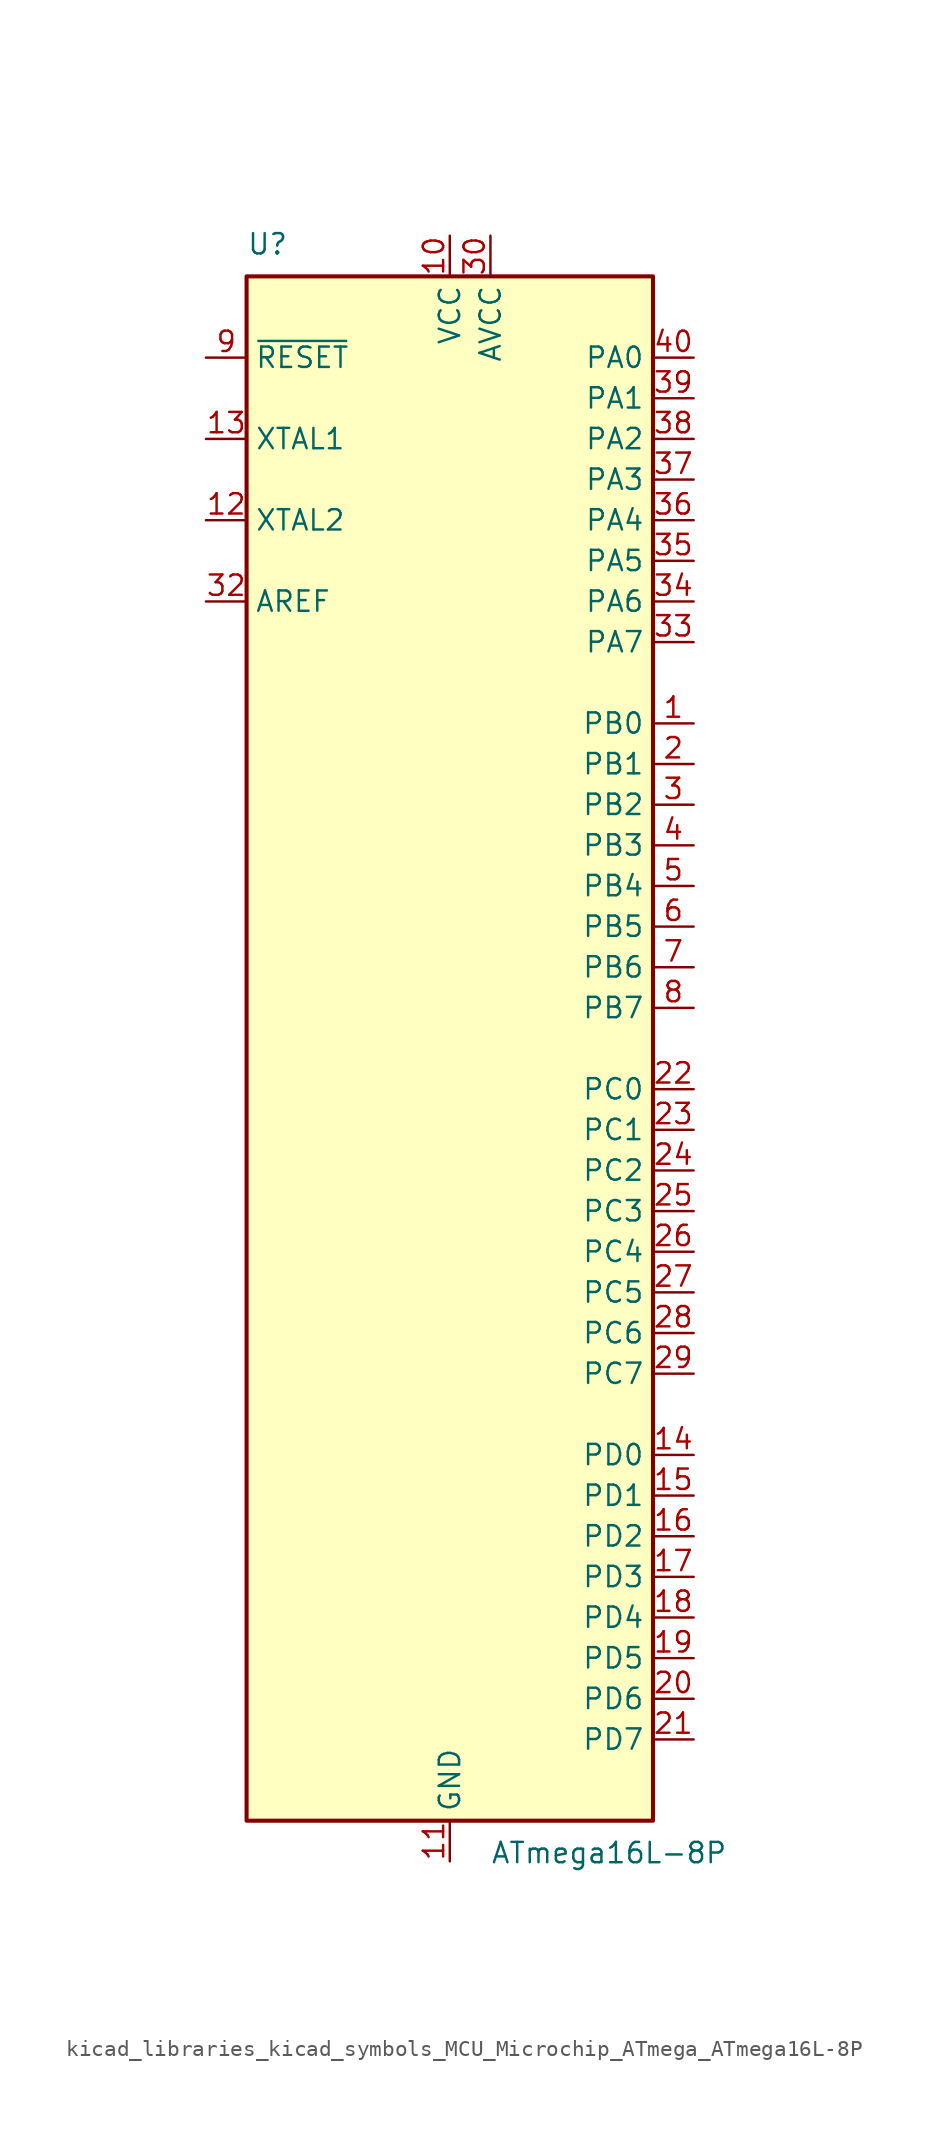
<source format=kicad_sym>
(kicad_symbol_lib
  (version 20220914)
  (generator kicad_symbol_editor)
  (symbol "kicad_libraries_kicad_symbols_MCU_Microchip_ATmega_ATmega16L-8P"
    (property "Reference" "U"
      (at -12.7 49.53 0)
      (effects (font (size 1.27 1.27)) (justify left bottom)))
    (property "Value" "ATmega16L-8P"
      (at 2.54 -49.53 0)
      (effects (font (size 1.27 1.27)) (justify left top)))
    (symbol "kicad_libraries_kicad_symbols_MCU_Microchip_ATmega_ATmega16L-8P_0_1"
      (rectangle (start -12.7 -48.26) (end 12.7 48.26) (stroke (width 0.254) (type default)) (fill (type background))))
    (symbol "kicad_libraries_kicad_symbols_MCU_Microchip_ATmega_ATmega16L-8P_1_1"
      (pin bidirectional line (at 15.24 20.32 180) (length 2.54) (name "PB0" (effects (font (size 1.27 1.27)))) (number "1" (effects (font (size 1.27 1.27)))))
      (pin power_in line (at 0 50.8 270) (length 2.54) (name "VCC" (effects (font (size 1.27 1.27)))) (number "10" (effects (font (size 1.27 1.27)))))
      (pin power_in line (at 0 -50.8 90) (length 2.54) (name "GND" (effects (font (size 1.27 1.27)))) (number "11" (effects (font (size 1.27 1.27)))))
      (pin output line (at -15.24 33.02 0) (length 2.54) (name "XTAL2" (effects (font (size 1.27 1.27)))) (number "12" (effects (font (size 1.27 1.27)))))
      (pin input line (at -15.24 38.1 0) (length 2.54) (name "XTAL1" (effects (font (size 1.27 1.27)))) (number "13" (effects (font (size 1.27 1.27)))))
      (pin bidirectional line (at 15.24 -25.4 180) (length 2.54) (name "PD0" (effects (font (size 1.27 1.27)))) (number "14" (effects (font (size 1.27 1.27)))))
      (pin bidirectional line (at 15.24 -27.94 180) (length 2.54) (name "PD1" (effects (font (size 1.27 1.27)))) (number "15" (effects (font (size 1.27 1.27)))))
      (pin bidirectional line (at 15.24 -30.48 180) (length 2.54) (name "PD2" (effects (font (size 1.27 1.27)))) (number "16" (effects (font (size 1.27 1.27)))))
      (pin bidirectional line (at 15.24 -33.02 180) (length 2.54) (name "PD3" (effects (font (size 1.27 1.27)))) (number "17" (effects (font (size 1.27 1.27)))))
      (pin bidirectional line (at 15.24 -35.56 180) (length 2.54) (name "PD4" (effects (font (size 1.27 1.27)))) (number "18" (effects (font (size 1.27 1.27)))))
      (pin bidirectional line (at 15.24 -38.1 180) (length 2.54) (name "PD5" (effects (font (size 1.27 1.27)))) (number "19" (effects (font (size 1.27 1.27)))))
      (pin bidirectional line (at 15.24 17.78 180) (length 2.54) (name "PB1" (effects (font (size 1.27 1.27)))) (number "2" (effects (font (size 1.27 1.27)))))
      (pin bidirectional line (at 15.24 -40.64 180) (length 2.54) (name "PD6" (effects (font (size 1.27 1.27)))) (number "20" (effects (font (size 1.27 1.27)))))
      (pin bidirectional line (at 15.24 -43.18 180) (length 2.54) (name "PD7" (effects (font (size 1.27 1.27)))) (number "21" (effects (font (size 1.27 1.27)))))
      (pin bidirectional line (at 15.24 -2.54 180) (length 2.54) (name "PC0" (effects (font (size 1.27 1.27)))) (number "22" (effects (font (size 1.27 1.27)))))
      (pin bidirectional line (at 15.24 -5.08 180) (length 2.54) (name "PC1" (effects (font (size 1.27 1.27)))) (number "23" (effects (font (size 1.27 1.27)))))
      (pin bidirectional line (at 15.24 -7.62 180) (length 2.54) (name "PC2" (effects (font (size 1.27 1.27)))) (number "24" (effects (font (size 1.27 1.27)))))
      (pin bidirectional line (at 15.24 -10.16 180) (length 2.54) (name "PC3" (effects (font (size 1.27 1.27)))) (number "25" (effects (font (size 1.27 1.27)))))
      (pin bidirectional line (at 15.24 -12.7 180) (length 2.54) (name "PC4" (effects (font (size 1.27 1.27)))) (number "26" (effects (font (size 1.27 1.27)))))
      (pin bidirectional line (at 15.24 -15.24 180) (length 2.54) (name "PC5" (effects (font (size 1.27 1.27)))) (number "27" (effects (font (size 1.27 1.27)))))
      (pin bidirectional line (at 15.24 -17.78 180) (length 2.54) (name "PC6" (effects (font (size 1.27 1.27)))) (number "28" (effects (font (size 1.27 1.27)))))
      (pin bidirectional line (at 15.24 -20.32 180) (length 2.54) (name "PC7" (effects (font (size 1.27 1.27)))) (number "29" (effects (font (size 1.27 1.27)))))
      (pin bidirectional line (at 15.24 15.24 180) (length 2.54) (name "PB2" (effects (font (size 1.27 1.27)))) (number "3" (effects (font (size 1.27 1.27)))))
      (pin power_in line (at 2.54 50.8 270) (length 2.54) (name "AVCC" (effects (font (size 1.27 1.27)))) (number "30" (effects (font (size 1.27 1.27)))))
      (pin passive line (at 0 -50.8 90) (length 2.54) hide (name "GND" (effects (font (size 1.27 1.27)))) (number "31" (effects (font (size 1.27 1.27)))))
      (pin passive line (at -15.24 27.94 0) (length 2.54) (name "AREF" (effects (font (size 1.27 1.27)))) (number "32" (effects (font (size 1.27 1.27)))))
      (pin bidirectional line (at 15.24 25.4 180) (length 2.54) (name "PA7" (effects (font (size 1.27 1.27)))) (number "33" (effects (font (size 1.27 1.27)))))
      (pin bidirectional line (at 15.24 27.94 180) (length 2.54) (name "PA6" (effects (font (size 1.27 1.27)))) (number "34" (effects (font (size 1.27 1.27)))))
      (pin bidirectional line (at 15.24 30.48 180) (length 2.54) (name "PA5" (effects (font (size 1.27 1.27)))) (number "35" (effects (font (size 1.27 1.27)))))
      (pin bidirectional line (at 15.24 33.02 180) (length 2.54) (name "PA4" (effects (font (size 1.27 1.27)))) (number "36" (effects (font (size 1.27 1.27)))))
      (pin bidirectional line (at 15.24 35.56 180) (length 2.54) (name "PA3" (effects (font (size 1.27 1.27)))) (number "37" (effects (font (size 1.27 1.27)))))
      (pin bidirectional line (at 15.24 38.1 180) (length 2.54) (name "PA2" (effects (font (size 1.27 1.27)))) (number "38" (effects (font (size 1.27 1.27)))))
      (pin bidirectional line (at 15.24 40.64 180) (length 2.54) (name "PA1" (effects (font (size 1.27 1.27)))) (number "39" (effects (font (size 1.27 1.27)))))
      (pin bidirectional line (at 15.24 12.7 180) (length 2.54) (name "PB3" (effects (font (size 1.27 1.27)))) (number "4" (effects (font (size 1.27 1.27)))))
      (pin bidirectional line (at 15.24 43.18 180) (length 2.54) (name "PA0" (effects (font (size 1.27 1.27)))) (number "40" (effects (font (size 1.27 1.27)))))
      (pin bidirectional line (at 15.24 10.16 180) (length 2.54) (name "PB4" (effects (font (size 1.27 1.27)))) (number "5" (effects (font (size 1.27 1.27)))))
      (pin bidirectional line (at 15.24 7.62 180) (length 2.54) (name "PB5" (effects (font (size 1.27 1.27)))) (number "6" (effects (font (size 1.27 1.27)))))
      (pin bidirectional line (at 15.24 5.08 180) (length 2.54) (name "PB6" (effects (font (size 1.27 1.27)))) (number "7" (effects (font (size 1.27 1.27)))))
      (pin bidirectional line (at 15.24 2.54 180) (length 2.54) (name "PB7" (effects (font (size 1.27 1.27)))) (number "8" (effects (font (size 1.27 1.27)))))
      (pin input line (at -15.24 43.18 0) (length 2.54) (name "~{RESET}" (effects (font (size 1.27 1.27)))) (number "9" (effects (font (size 1.27 1.27))))))))
</source>
